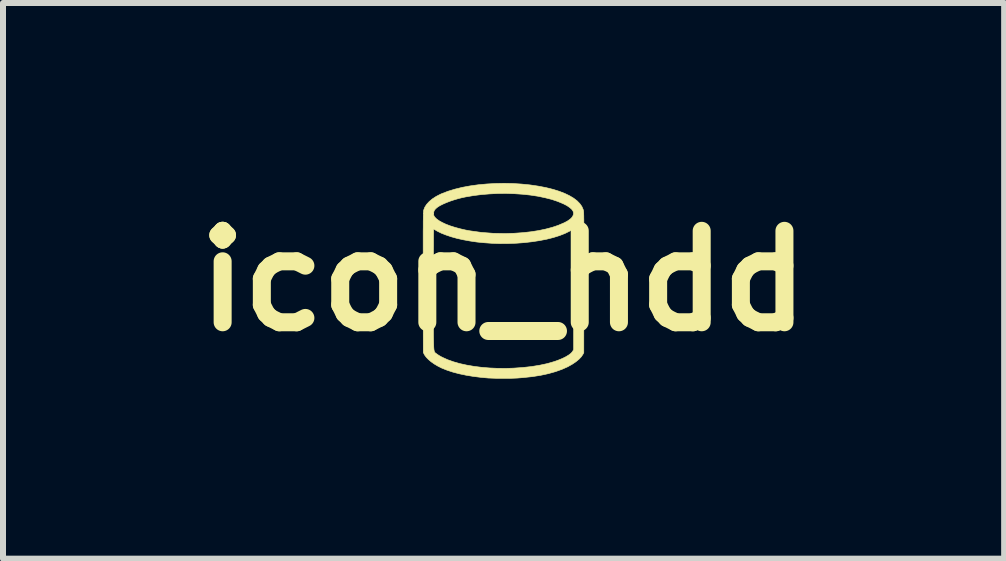
<source format=kicad_pcb>
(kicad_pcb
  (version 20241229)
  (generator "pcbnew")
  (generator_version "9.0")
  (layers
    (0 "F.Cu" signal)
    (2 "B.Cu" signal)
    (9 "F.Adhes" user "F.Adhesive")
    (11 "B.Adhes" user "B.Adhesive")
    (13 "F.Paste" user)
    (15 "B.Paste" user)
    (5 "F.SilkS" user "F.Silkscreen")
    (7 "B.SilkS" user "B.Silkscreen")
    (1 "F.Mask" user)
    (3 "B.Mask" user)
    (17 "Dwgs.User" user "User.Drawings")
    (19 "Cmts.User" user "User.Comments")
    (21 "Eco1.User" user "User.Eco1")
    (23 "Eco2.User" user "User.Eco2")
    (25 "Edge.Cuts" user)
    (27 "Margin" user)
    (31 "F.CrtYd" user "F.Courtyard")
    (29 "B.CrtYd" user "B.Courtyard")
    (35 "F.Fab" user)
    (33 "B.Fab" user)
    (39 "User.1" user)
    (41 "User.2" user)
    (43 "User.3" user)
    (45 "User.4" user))
  (footprint "icon_hdd"
    (layer "F.Cu")
    (at 5.341 1.631)
    (property "Reference" "icon_hdd" (at 0 0 0) (layer "F.SilkS") (effects (font (size 1.524 1.524) (thickness 0.3))))
    (attr through_hole)
    (fp_poly (pts (xy 0.154 -1.623) (xy 0.297 -1.614) (xy 0.438 -1.6) (xy 0.575 -1.58) (xy 0.706 -1.555) (xy 0.83 -1.524) (xy 0.928 -1.493) (xy 1.019 -1.458) (xy 1.098 -1.42) (xy 1.167 -1.379) (xy 1.225 -1.335) (xy 1.271 -1.288) (xy 1.305 -1.24) (xy 1.327 -1.189) (xy 1.327 -1.188) (xy 1.329 -1.183) (xy 1.33 -1.177) (xy 1.332 -1.171) (xy 1.333 -1.163) (xy 1.334 -1.154) (xy 1.335 -1.141) (xy 1.336 -1.126) (xy 1.336 -1.107) (xy 1.337 -1.084) (xy 1.337 -1.056) (xy 1.338 -1.023) (xy 1.338 -0.984) (xy 1.339 -0.939) (xy 1.339 -0.887) (xy 1.339 -0.827) (xy 1.339 -0.759) (xy 1.339 -0.682) (xy 1.339 -0.596) (xy 1.339 -0.501) (xy 1.339 -0.395) (xy 1.339 -0.278) (xy 1.339 -0.15) (xy 1.338 -0.009) (xy 1.338 0.025) (xy 1.337 1.197) (xy 1.322 1.225) (xy 1.295 1.265) (xy 1.256 1.306) (xy 1.206 1.347) (xy 1.147 1.387) (xy 1.078 1.426) (xy 1.069 1.431) (xy 0.972 1.474) (xy 0.865 1.512) (xy 0.748 1.545) (xy 0.619 1.573) (xy 0.48 1.595) (xy 0.329 1.611) (xy 0.232 1.619) (xy 0.186 1.621) (xy 0.13 1.623) (xy 0.068 1.624) (xy 0.002 1.624) (xy -0.064 1.624) (xy -0.128 1.623) (xy -0.187 1.621) (xy -0.237 1.619) (xy -0.248 1.619) (xy -0.379 1.607) (xy -0.506 1.591) (xy -0.627 1.571) (xy -0.741 1.547) (xy -0.847 1.519) (xy -0.944 1.487) (xy -1.031 1.452) (xy -1.098 1.418) (xy -1.155 1.384) (xy -1.206 1.348) (xy -1.251 1.31) (xy -1.287 1.273) (xy -1.313 1.238) (xy -1.323 1.221) (xy -1.337 1.191) (xy -1.338 0.606) (xy -1.169 0.606) (xy -1.168 0.696) (xy -1.168 0.775) (xy -1.168 0.845) (xy -1.168 0.907) (xy -1.167 0.961) (xy -1.166 1.007) (xy -1.165 1.047) (xy -1.164 1.08) (xy -1.163 1.108) (xy -1.161 1.131) (xy -1.159 1.149) (xy -1.156 1.164) (xy -1.153 1.175) (xy -1.15 1.184) (xy -1.146 1.19) (xy -1.142 1.195) (xy -1.137 1.199) (xy -1.132 1.203) (xy -1.126 1.207) (xy -1.119 1.213) (xy -1.118 1.213) (xy -1.101 1.226) (xy -1.076 1.242) (xy -1.046 1.26) (xy -1.014 1.276) (xy -0.93 1.314) (xy -0.834 1.348) (xy -0.729 1.378) (xy -0.615 1.403) (xy -0.493 1.424) (xy -0.366 1.44) (xy -0.234 1.451) (xy -0.097 1.457) (xy 0.041 1.458) (xy 0.165 1.454) (xy 0.322 1.443) (xy 0.468 1.427) (xy 0.603 1.405) (xy 0.729 1.378) (xy 0.846 1.344) (xy 0.85 1.343) (xy 0.921 1.317) (xy 0.984 1.291) (xy 1.04 1.263) (xy 1.086 1.235) (xy 1.123 1.207) (xy 1.147 1.18) (xy 1.152 1.172) (xy 1.168 1.145) (xy 1.168 0.14) (xy 1.168 0.028) (xy 1.168 -0.08) (xy 1.168 -0.184) (xy 1.168 -0.283) (xy 1.168 -0.377) (xy 1.167 -0.465) (xy 1.167 -0.545) (xy 1.167 -0.618) (xy 1.166 -0.683) (xy 1.166 -0.739) (xy 1.165 -0.786) (xy 1.165 -0.822) (xy 1.164 -0.847) (xy 1.164 -0.86) (xy 1.164 -0.863) (xy 1.156 -0.859) (xy 1.141 -0.85) (xy 1.119 -0.838) (xy 1.105 -0.831) (xy 1.024 -0.791) (xy 0.932 -0.755) (xy 0.83 -0.723) (xy 0.719 -0.695) (xy 0.601 -0.672) (xy 0.477 -0.653) (xy 0.348 -0.638) (xy 0.214 -0.628) (xy 0.078 -0.623) (xy -0.061 -0.622) (xy -0.199 -0.627) (xy -0.337 -0.637) (xy -0.445 -0.648) (xy -0.559 -0.665) (xy -0.669 -0.685) (xy -0.773 -0.708) (xy -0.87 -0.735) (xy -0.959 -0.765) (xy -1.038 -0.796) (xy -1.106 -0.83) (xy -1.131 -0.845) (xy -1.149 -0.855) (xy -1.161 -0.862) (xy -1.165 -0.864) (xy -1.166 -0.857) (xy -1.166 -0.839) (xy -1.166 -0.809) (xy -1.167 -0.769) (xy -1.167 -0.719) (xy -1.167 -0.659) (xy -1.167 -0.591) (xy -1.168 -0.515) (xy -1.168 -0.431) (xy -1.168 -0.341) (xy -1.168 -0.245) (xy -1.168 -0.144) (xy -1.168 -0.038) (xy -1.168 0.072) (xy -1.168 0.14) (xy -1.168 0.274) (xy -1.168 0.396) (xy -1.169 0.507) (xy -1.169 0.606) (xy -1.338 0.606) (xy -1.338 0.023) (xy -1.339 -0.122) (xy -1.339 -0.255) (xy -1.339 -0.377) (xy -1.339 -0.488) (xy -1.339 -0.588) (xy -1.339 -0.678) (xy -1.339 -0.758) (xy -1.339 -0.83) (xy -1.338 -0.893) (xy -1.338 -0.948) (xy -1.338 -0.995) (xy -1.337 -1.036) (xy -1.337 -1.071) (xy -1.336 -1.099) (xy -1.335 -1.123) (xy -1.335 -1.123) (xy -1.165 -1.123) (xy -1.164 -1.1) (xy -1.159 -1.083) (xy -1.149 -1.067) (xy -1.146 -1.063) (xy -1.115 -1.032) (xy -1.073 -1.002) (xy -1.021 -0.973) (xy -0.959 -0.944) (xy -0.888 -0.917) (xy -0.809 -0.892) (xy -0.724 -0.869) (xy -0.634 -0.848) (xy -0.564 -0.835) (xy -0.37 -0.808) (xy -0.172 -0.793) (xy 0.03 -0.789) (xy 0.181 -0.794) (xy 0.323 -0.804) (xy 0.458 -0.819) (xy 0.586 -0.839) (xy 0.704 -0.864) (xy 0.813 -0.893) (xy 0.911 -0.926) (xy 0.998 -0.963) (xy 1.012 -0.969) (xy 1.061 -0.995) (xy 1.098 -1.02) (xy 1.127 -1.044) (xy 1.147 -1.068) (xy 1.15 -1.072) (xy 1.164 -1.104) (xy 1.167 -1.134) (xy 1.157 -1.165) (xy 1.135 -1.195) (xy 1.1 -1.225) (xy 1.054 -1.256) (xy 0.995 -1.286) (xy 0.904 -1.324) (xy 0.803 -1.358) (xy 0.692 -1.386) (xy 0.573 -1.411) (xy 0.448 -1.43) (xy 0.318 -1.444) (xy 0.184 -1.453) (xy 0.047 -1.458) (xy -0.091 -1.457) (xy -0.229 -1.45) (xy -0.366 -1.439) (xy -0.5 -1.422) (xy -0.63 -1.4) (xy -0.692 -1.387) (xy -0.759 -1.37) (xy -0.826 -1.35) (xy -0.892 -1.328) (xy -0.954 -1.304) (xy -1.011 -1.279) (xy -1.059 -1.255) (xy -1.097 -1.231) (xy -1.1 -1.229) (xy -1.131 -1.203) (xy -1.151 -1.179) (xy -1.162 -1.153) (xy -1.165 -1.123) (xy -1.335 -1.123) (xy -1.335 -1.142) (xy -1.334 -1.156) (xy -1.333 -1.167) (xy -1.332 -1.175) (xy -1.331 -1.179) (xy -1.312 -1.228) (xy -1.281 -1.276) (xy -1.238 -1.323) (xy -1.185 -1.367) (xy -1.122 -1.408) (xy -1.05 -1.445) (xy -1.029 -1.454) (xy -0.925 -1.494) (xy -0.81 -1.529) (xy -0.687 -1.559) (xy -0.557 -1.583) (xy -0.421 -1.602) (xy -0.28 -1.615) (xy -0.136 -1.623) (xy 0.009 -1.626) (xy 0.154 -1.623)) (stroke (width 0.01) (type solid)) (fill yes) (layer "F.SilkS")))
  (gr_rect
    (start -3 -3)
    (end 13.683 6.26)
    (stroke (width 0.1) (type default))
    (fill no)
    (layer "Edge.Cuts")))
</source>
